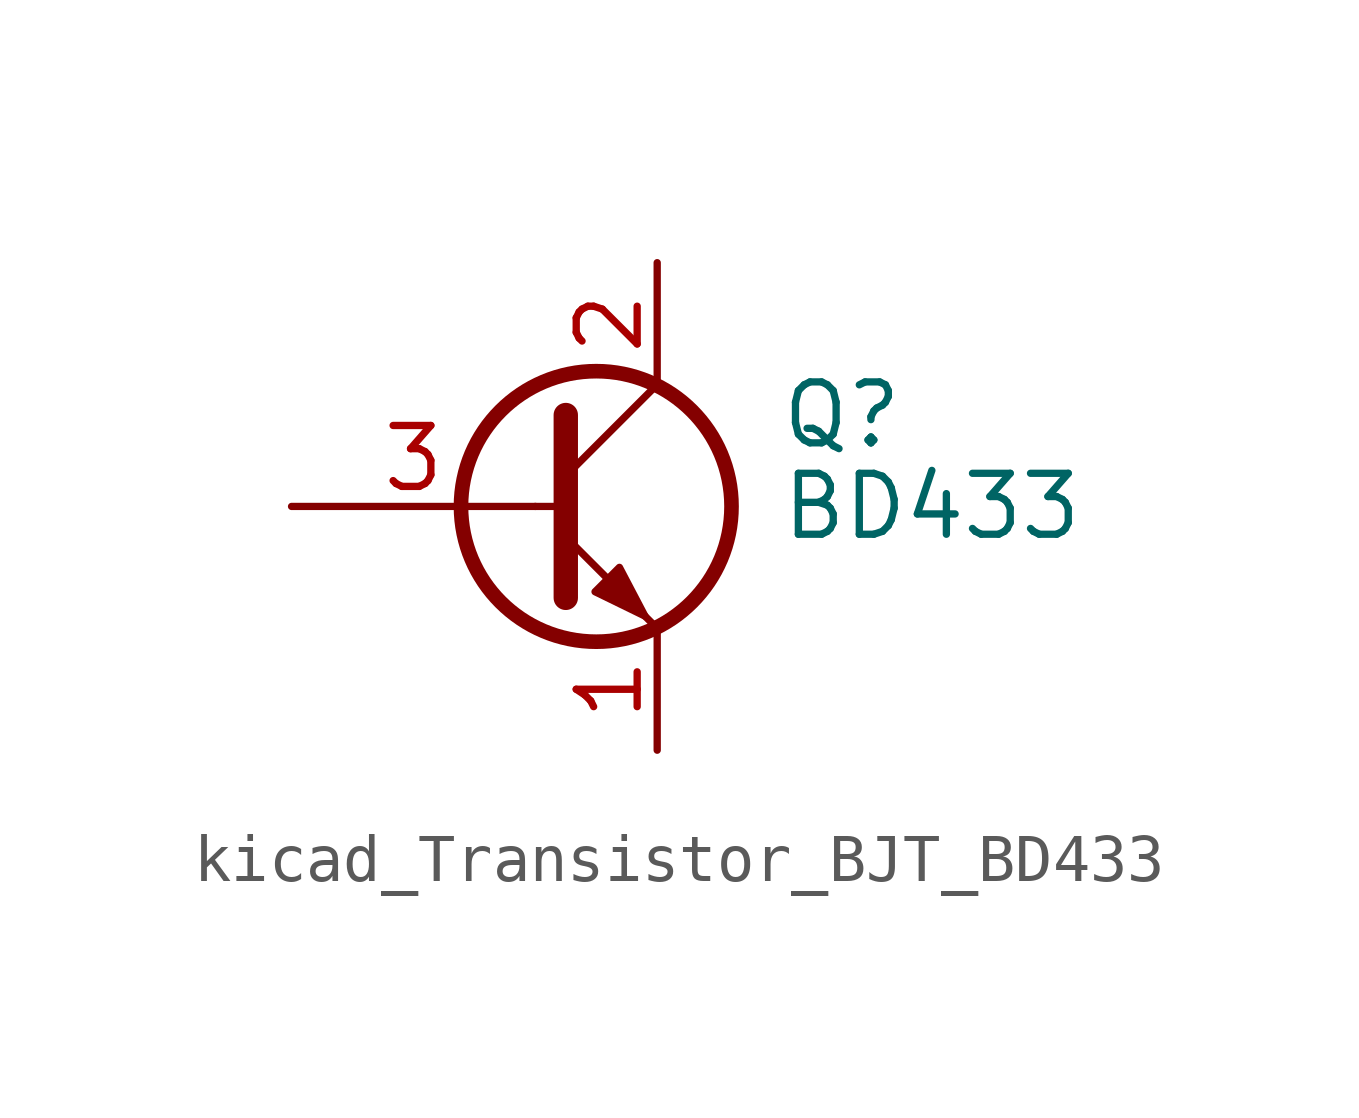
<source format=kicad_sym>
(kicad_symbol_lib
  (version 20220914)
  (generator kicad_symbol_editor)
  (symbol "kicad_Transistor_BJT_BD433"
    (pin_names
      (offset 0) hide)
    (property "Reference" "Q"
      (at 5.08 1.905 0)
      (effects (font (size 1.27 1.27)) (justify left)))
    (property "Value" "BD433"
      (at 5.08 0 0)
      (effects (font (size 1.27 1.27)) (justify left)))
    (symbol "kicad_Transistor_BJT_BD433_0_1"
      (polyline (pts (xy 0 0) (xy 0.635 0)) (stroke (width 0) (type default)) (fill (type none)))
      (polyline (pts (xy 2.54 -2.54) (xy 0.635 -0.635)) (stroke (width 0) (type default)) (fill (type none)))
      (polyline (pts (xy 2.54 2.54) (xy 0.635 0.635)) (stroke (width 0) (type default)) (fill (type none)))
      (polyline (pts (xy 0.635 1.905) (xy 0.635 -1.905) (xy 0.635 -1.905)) (stroke (width 0.508) (type default)) (fill (type outline)))
      (polyline (pts (xy 1.245 -1.778) (xy 1.753 -1.27) (xy 2.286 -2.286) (xy 1.245 -1.778) (xy 1.245 -1.778)) (stroke (width 0) (type default)) (fill (type outline)))
      (circle (center 1.27 0) (radius 2.819) (stroke (width 0.305) (type default)) (fill (type none))))
    (symbol "kicad_Transistor_BJT_BD433_1_1"
      (pin passive line (at 2.54 -5.08 90) (length 2.54) (name "E" (effects (font (size 1.27 1.27)))) (number "1" (effects (font (size 1.27 1.27)))))
      (pin passive line (at 2.54 5.08 270) (length 2.54) (name "C" (effects (font (size 1.27 1.27)))) (number "2" (effects (font (size 1.27 1.27)))))
      (pin input line (at -5.08 0 0) (length 5.08) (name "B" (effects (font (size 1.27 1.27)))) (number "3" (effects (font (size 1.27 1.27))))))))
</source>
